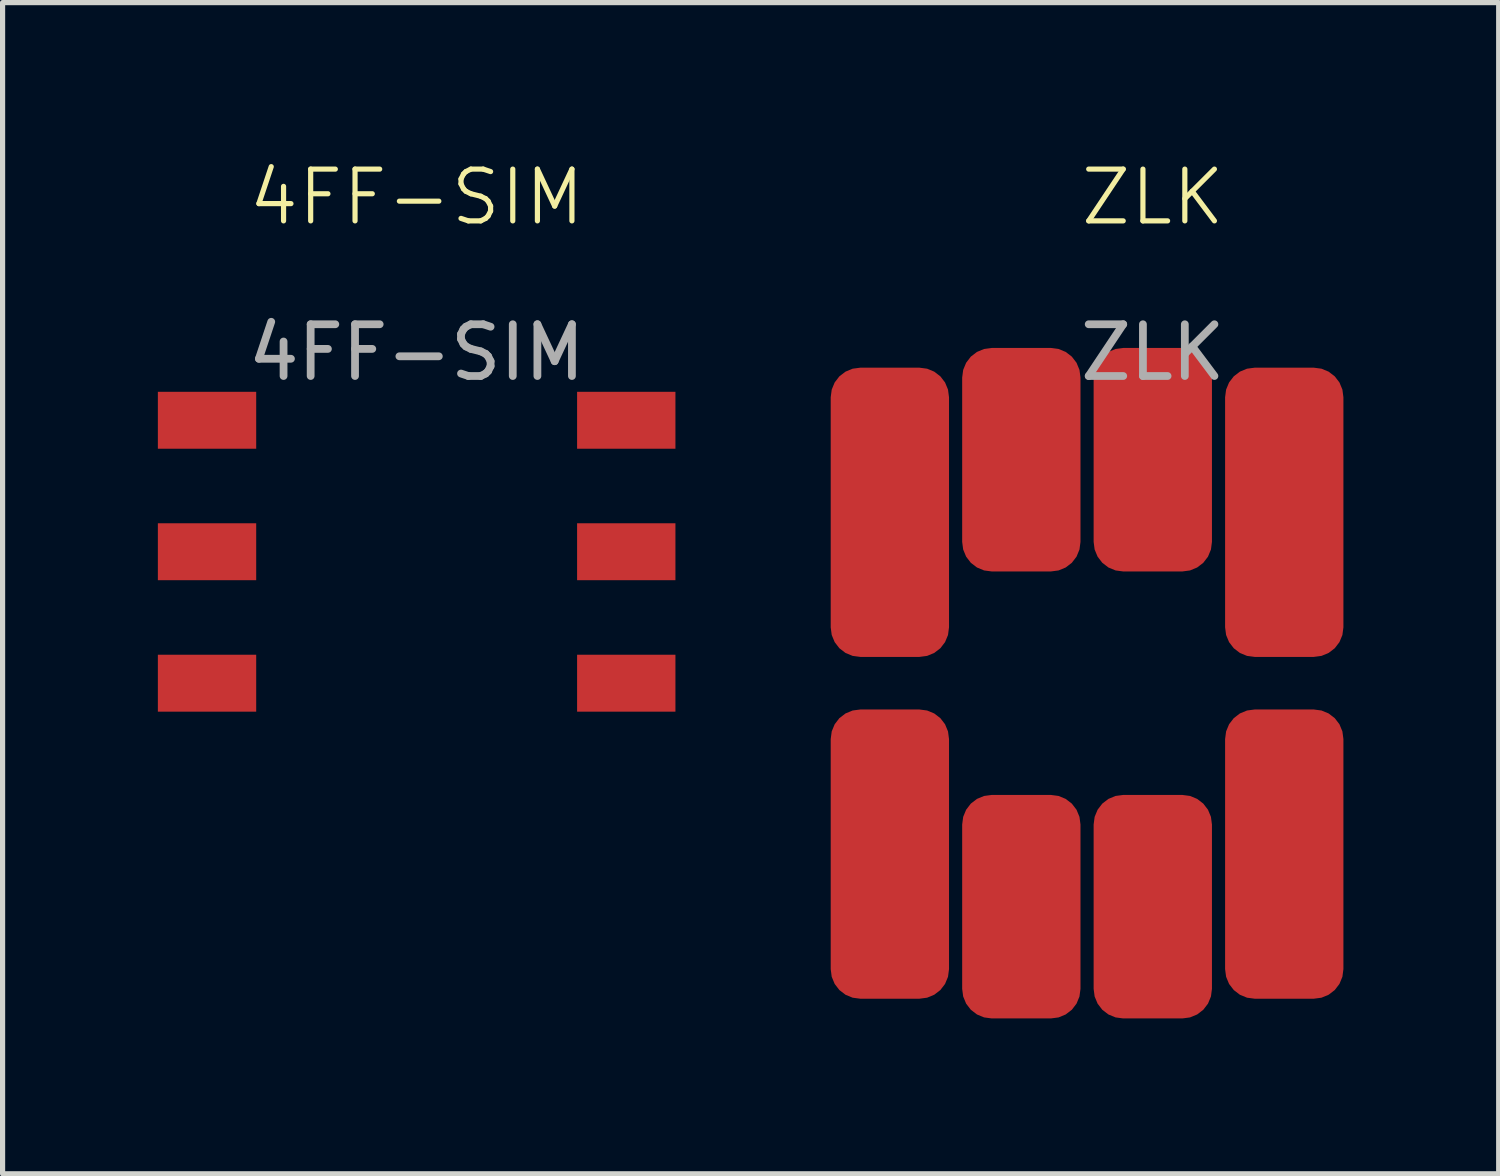
<source format=kicad_pcb>
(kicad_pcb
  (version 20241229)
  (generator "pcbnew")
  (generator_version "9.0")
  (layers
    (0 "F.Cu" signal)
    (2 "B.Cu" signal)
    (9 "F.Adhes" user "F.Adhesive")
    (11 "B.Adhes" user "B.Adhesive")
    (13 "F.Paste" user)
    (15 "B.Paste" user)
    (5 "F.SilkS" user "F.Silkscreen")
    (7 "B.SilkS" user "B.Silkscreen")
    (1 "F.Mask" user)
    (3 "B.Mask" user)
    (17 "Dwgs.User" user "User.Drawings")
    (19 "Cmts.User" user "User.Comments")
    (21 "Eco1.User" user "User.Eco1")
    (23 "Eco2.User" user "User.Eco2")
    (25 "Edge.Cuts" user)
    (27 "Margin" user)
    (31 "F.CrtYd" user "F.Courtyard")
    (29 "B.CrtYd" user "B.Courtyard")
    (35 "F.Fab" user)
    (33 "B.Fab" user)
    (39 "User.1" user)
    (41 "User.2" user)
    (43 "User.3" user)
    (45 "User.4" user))
  (footprint "4FF-SIM"
    (layer "F.Cu")
    (at 5 1.26)
    (property "Reference" "4FF-SIM" (at 0 -0.5 0) (unlocked yes) (layer "F.SilkS") (effects (font (size 1 1) (thickness 0.1))))
    (attr smd)
    (fp_text user "${REFERENCE}" (at 0 2.5 0) (unlocked yes) (layer "F.Fab") (effects (font (size 1 1) (thickness 0.15))))
    (pad "1" smd rect (at -4.05 8.89) (size 1.9 1.1) (layers "F.Cu" "F.Mask" "F.Paste"))
    (pad "2" smd rect (at -4.05 6.35) (size 1.9 1.1) (layers "F.Cu" "F.Mask" "F.Paste"))
    (pad "3" smd rect (at -4.05 3.81) (size 1.9 1.1) (layers "F.Cu" "F.Mask" "F.Paste"))
    (pad "4" smd rect (at 4.05 8.89) (size 1.9 1.1) (layers "F.Cu" "F.Mask" "F.Paste"))
    (pad "5" smd rect (at 4.05 6.35) (size 1.9 1.1) (layers "F.Cu" "F.Mask" "F.Paste"))
    (pad "6" smd rect (at 4.05 3.81) (size 1.9 1.1) (layers "F.Cu" "F.Mask" "F.Paste")))
  (footprint "ZLK"
    (layer "F.Cu")
    (at 19.223 1.26)
    (property "Reference" "ZLK" (at 0 -0.5 0) (unlocked yes) (layer "F.SilkS") (effects (font (size 1 1) (thickness 0.1))))
    (attr smd)
    (fp_text user "${REFERENCE}" (at 0 2.5 0) (unlocked yes) (layer "F.Fab") (effects (font (size 1 1) (thickness 0.15))))
    (pad "1" smd roundrect (at -5.08 12.192) (size 2.286 5.588) (layers "F.Cu" "F.Mask") (roundrect_rratio 0.25))
    (pad "2" smd roundrect (at -2.54 13.208) (size 2.286 4.318) (layers "F.Cu" "F.Mask") (roundrect_rratio 0.25))
    (pad "3" smd roundrect (at 0 13.208) (size 2.286 4.318) (layers "F.Cu" "F.Mask") (roundrect_rratio 0.25))
    (pad "4" smd roundrect (at 2.54 12.192) (size 2.286 5.588) (layers "F.Cu" "F.Mask") (roundrect_rratio 0.25))
    (pad "5" smd roundrect (at 2.54 5.588) (size 2.286 5.588) (layers "F.Cu" "F.Mask") (roundrect_rratio 0.25))
    (pad "6" smd roundrect (at 0 4.572) (size 2.286 4.318) (layers "F.Cu" "F.Mask") (roundrect_rratio 0.25))
    (pad "7" smd roundrect (at -2.54 4.572) (size 2.286 4.318) (layers "F.Cu" "F.Mask") (roundrect_rratio 0.25))
    (pad "8" smd roundrect (at -5.08 5.588) (size 2.286 5.588) (layers "F.Cu" "F.Mask") (roundrect_rratio 0.25)))
  (gr_rect
    (start -3 -3)
    (end 25.906 19.628)
    (stroke (width 0.1) (type default))
    (fill no)
    (layer "Edge.Cuts")))
</source>
